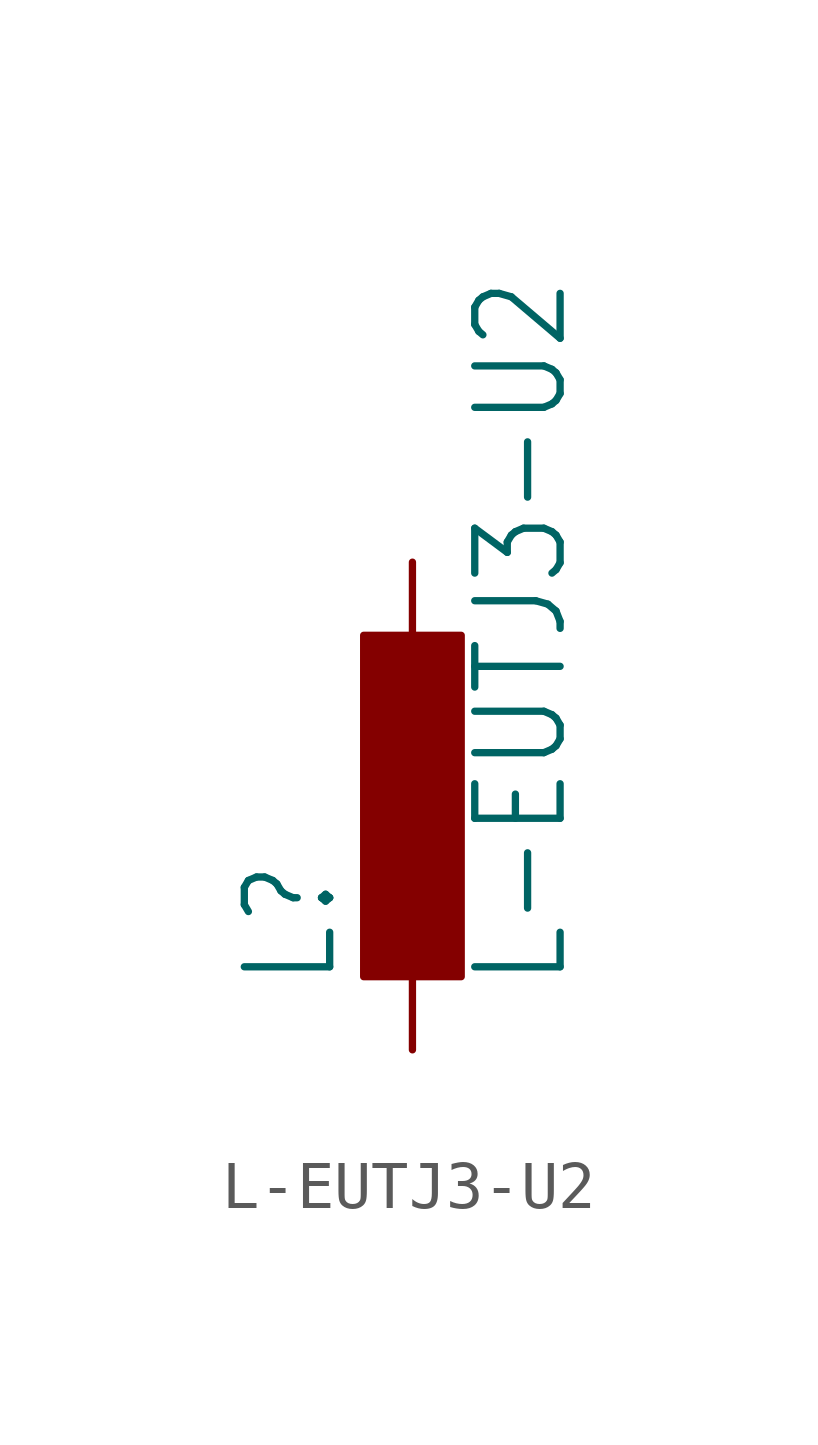
<source format=kicad_sym>
(kicad_symbol_lib
  (version 20211014)
  (generator kicad_symbol_editor)
  (symbol "L-EUTJ3-U2"
    (property "Reference" "L"
      (at -1.499 -3.81 90)
      (effects (font (size 1.778 1.511)) (justify left bottom)))
    (property "Value" "L-EUTJ3-U2"
      (at 3.302 -3.81 90)
      (effects (font (size 1.778 1.511)) (justify left bottom)))
    (property "ki_locked" ""
      (at 0 0 0)
      (effects (font (size 1.27 1.27))))
    (symbol "L-EUTJ3-U2_1_0"
      (rectangle (start -1.016 -3.556) (end 1.016 3.556) (stroke (width 0) (type default) (color 0 0 0 0)) (fill (type outline)))
      (pin passive line (at 0 5.08 270) (length 2.54) (name "1" (effects (font (size 0 0)))) (number "1" (effects (font (size 0 0)))))
      (pin passive line (at 0 -5.08 90) (length 2.54) (name "2" (effects (font (size 0 0)))) (number "2" (effects (font (size 0 0))))))))
</source>
